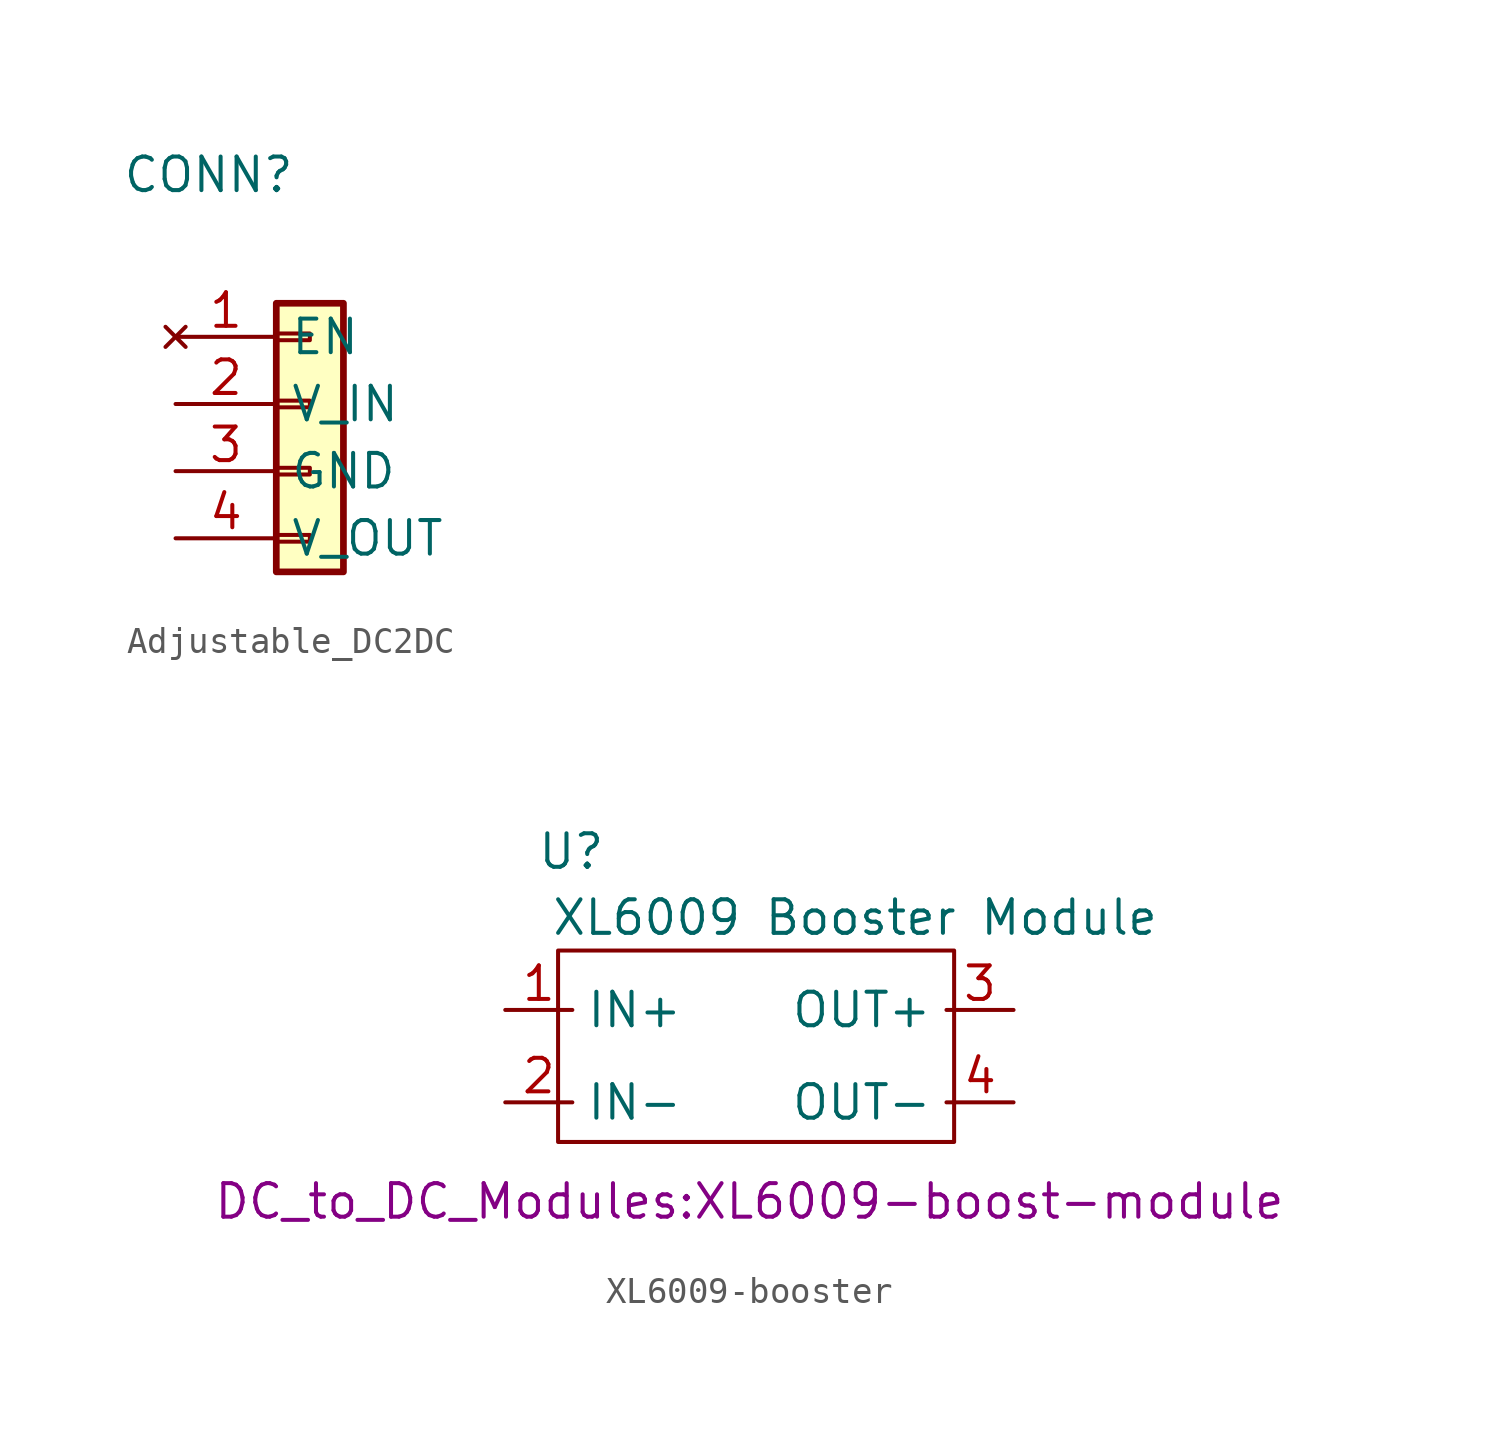
<source format=kicad_sym>
(kicad_symbol_lib
  (version 20220914)
  (generator kicad_symbol_editor)
  (symbol "Adjustable_DC2DC"
    (property "Reference" "CONN"
      (at 0 0 0)
      (effects (font (size 1.27 1.27))))
    (property "Value" ""
      (at 0 0 0)
      (effects (font (size 1.27 1.27))))
    (symbol "Adjustable_DC2DC_1_1"
      (rectangle (start 2.56 -13.623) (end 3.83 -13.877) (stroke (width 0.152) (type default)) (fill (type none)))
      (rectangle (start 2.56 -11.083) (end 3.83 -11.337) (stroke (width 0.152) (type default)) (fill (type none)))
      (rectangle (start 2.56 -8.543) (end 3.83 -8.797) (stroke (width 0.152) (type default)) (fill (type none)))
      (rectangle (start 2.56 -6.003) (end 3.83 -6.257) (stroke (width 0.152) (type default)) (fill (type none)))
      (rectangle (start 2.56 -4.86) (end 5.1 -15.02) (stroke (width 0.254) (type default)) (fill (type background)))
      (pin no_connect line (at -1.25 -6.13 0) (length 3.81) (name "EN" (effects (font (size 1.27 1.27)))) (number "1" (effects (font (size 1.27 1.27)))))
      (pin power_in line (at -1.25 -8.67 0) (length 3.81) (name "V_IN" (effects (font (size 1.27 1.27)))) (number "2" (effects (font (size 1.27 1.27)))))
      (pin power_out line (at -1.25 -11.21 0) (length 3.81) (name "GND" (effects (font (size 1.27 1.27)))) (number "3" (effects (font (size 1.27 1.27)))))
      (pin power_out line (at -1.25 -13.75 0) (length 3.81) (name "V_OUT" (effects (font (size 1.27 1.27)))) (number "4" (effects (font (size 1.27 1.27)))))))
  (symbol "XL6009-booster"
    (property "Reference" "U"
      (at -6.75 7.75 0)
      (effects (font (size 1.27 1.27))))
    (property "Value" "XL6009 Booster Module"
      (at 4 5.25 0)
      (effects (font (size 1.27 1.27))))
    (property "Footprint" "DC_to_DC_Modules:XL6009-boost-module"
      (at 0 -5.5 0)
      (effects (font (size 1.27 1.27))))
    (symbol "XL6009-booster_0_1"
      (rectangle (start -7.25 4) (end 7.75 -3.25) (stroke (width 0) (type default)) (fill (type none))))
    (symbol "XL6009-booster_1_1"
      (pin power_in line (at -9.25 1.75 0) (length 2.54) (name "IN+" (effects (font (size 1.27 1.27)))) (number "1" (effects (font (size 1.27 1.27)))))
      (pin power_in line (at -9.25 -1.75 0) (length 2.54) (name "IN-" (effects (font (size 1.27 1.27)))) (number "2" (effects (font (size 1.27 1.27)))))
      (pin power_out line (at 10 1.75 180) (length 2.54) (name "OUT+" (effects (font (size 1.27 1.27)))) (number "3" (effects (font (size 1.27 1.27)))))
      (pin power_out line (at 10 -1.75 180) (length 2.54) (name "OUT-" (effects (font (size 1.27 1.27)))) (number "4" (effects (font (size 1.27 1.27))))))))
</source>
